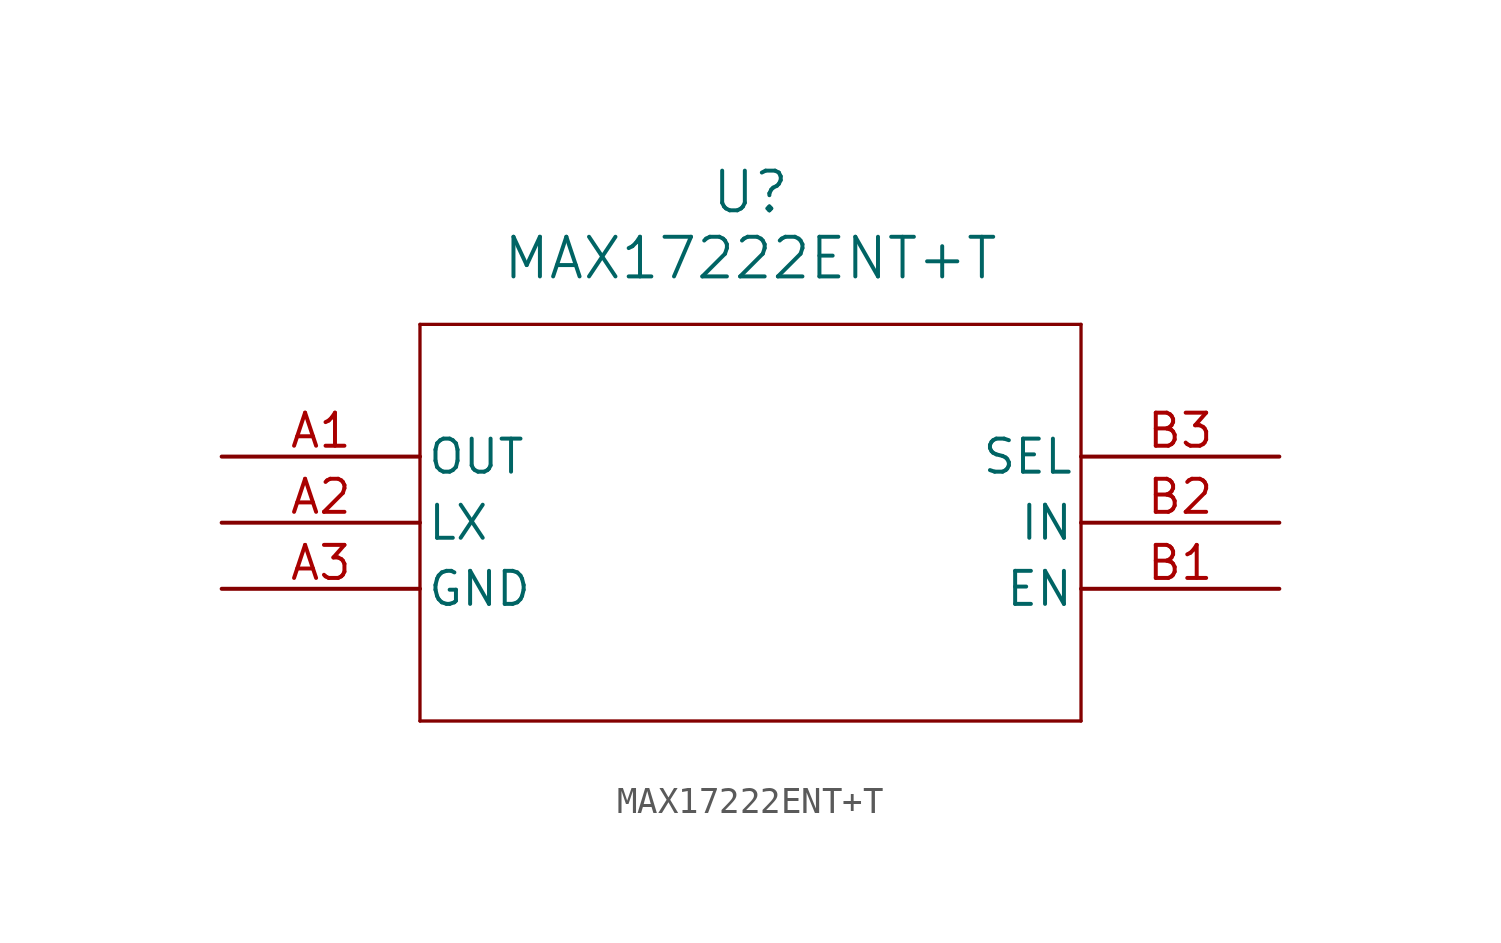
<source format=kicad_sym>
(kicad_symbol_lib
  (version 20211014)
  (generator kicad_symbol_editor)
  (symbol "MAX17222ENT+T"
    (pin_names
      (offset 0.254))
    (property "Reference" "U"
      (at 20.32 10.16 0)
      (effects (font (size 1.524 1.524))))
    (property "Value" "MAX17222ENT+T"
      (at 20.32 7.62 0)
      (effects (font (size 1.524 1.524))))
    (symbol "MAX17222ENT+T_0_1"
      (polyline (pts (xy 7.62 5.08) (xy 7.62 -10.16)) (stroke (width 0.127) (type default) (color 0 0 0 0)) (fill (type none)))
      (polyline (pts (xy 7.62 -10.16) (xy 33.02 -10.16)) (stroke (width 0.127) (type default) (color 0 0 0 0)) (fill (type none)))
      (polyline (pts (xy 33.02 -10.16) (xy 33.02 5.08)) (stroke (width 0.127) (type default) (color 0 0 0 0)) (fill (type none)))
      (polyline (pts (xy 33.02 5.08) (xy 7.62 5.08)) (stroke (width 0.127) (type default) (color 0 0 0 0)) (fill (type none)))
      (pin output line (at 0 0 0) (length 7.62) (name "OUT" (effects (font (size 1.27 1.27)))) (number "A1" (effects (font (size 1.27 1.27)))))
      (pin unspecified line (at 0 -2.54 0) (length 7.62) (name "LX" (effects (font (size 1.27 1.27)))) (number "A2" (effects (font (size 1.27 1.27)))))
      (pin power_out line (at 0 -5.08 0) (length 7.62) (name "GND" (effects (font (size 1.27 1.27)))) (number "A3" (effects (font (size 1.27 1.27)))))
      (pin unspecified line (at 40.64 -5.08 180) (length 7.62) (name "EN" (effects (font (size 1.27 1.27)))) (number "B1" (effects (font (size 1.27 1.27)))))
      (pin unspecified line (at 40.64 -2.54 180) (length 7.62) (name "IN" (effects (font (size 1.27 1.27)))) (number "B2" (effects (font (size 1.27 1.27)))))
      (pin unspecified line (at 40.64 0 180) (length 7.62) (name "SEL" (effects (font (size 1.27 1.27)))) (number "B3" (effects (font (size 1.27 1.27))))))))
</source>
